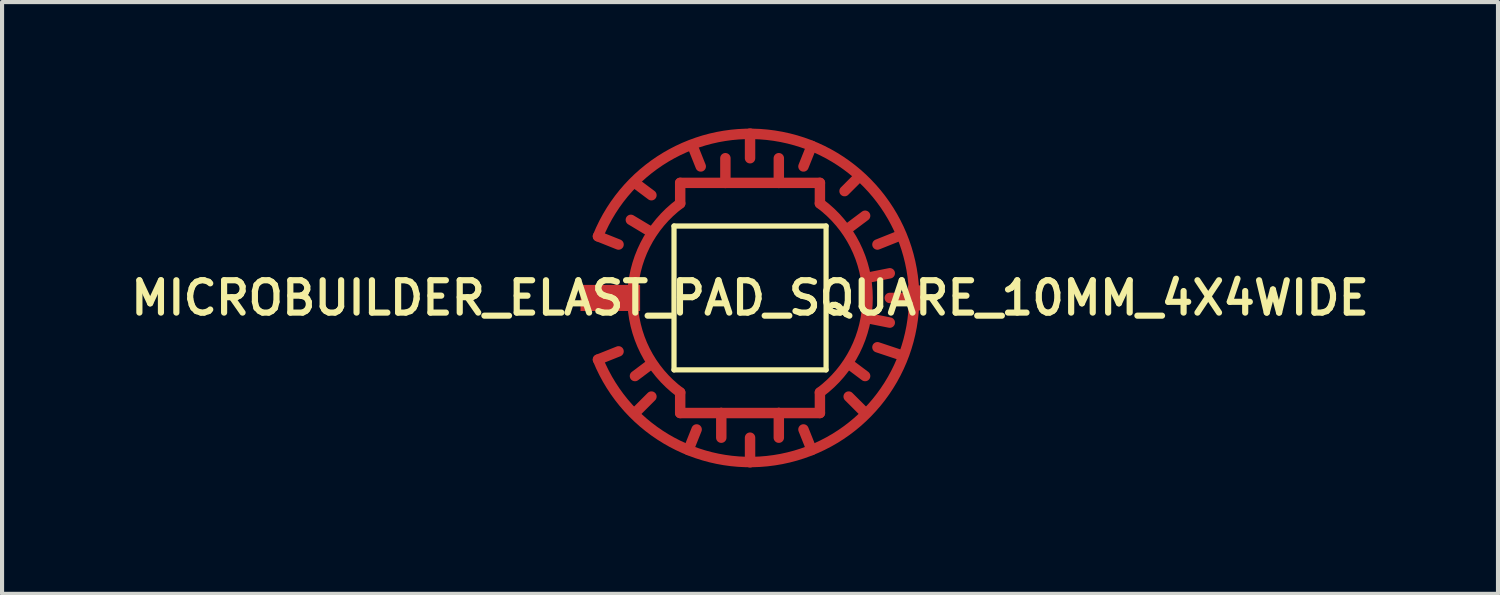
<source format=kicad_pcb>
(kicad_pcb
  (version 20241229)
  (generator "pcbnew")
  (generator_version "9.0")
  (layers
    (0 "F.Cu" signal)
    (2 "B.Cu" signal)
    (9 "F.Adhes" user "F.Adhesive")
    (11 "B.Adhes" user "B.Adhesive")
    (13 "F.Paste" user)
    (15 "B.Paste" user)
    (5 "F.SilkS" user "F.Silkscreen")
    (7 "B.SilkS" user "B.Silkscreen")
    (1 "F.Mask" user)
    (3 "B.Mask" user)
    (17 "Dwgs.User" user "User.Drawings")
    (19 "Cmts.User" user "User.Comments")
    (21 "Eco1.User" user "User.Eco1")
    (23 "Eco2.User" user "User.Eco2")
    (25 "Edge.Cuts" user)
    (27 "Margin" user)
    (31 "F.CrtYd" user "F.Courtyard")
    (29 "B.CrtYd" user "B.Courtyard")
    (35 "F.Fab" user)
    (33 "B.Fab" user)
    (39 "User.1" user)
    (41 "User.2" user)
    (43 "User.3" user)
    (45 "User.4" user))
  (footprint "MICROBUILDER_ELAST_PAD_SQUARE_10MM_4X4WIDE"
    (layer "F.Cu")
    (at 15.201 4.2)
    (property "Reference" "MICROBUILDER_ELAST_PAD_SQUARE_10MM_4X4WIDE" (at 0 0 0) (layer "F.SilkS") (effects (font (size 0.787 0.787) (thickness 0.15))))
    (attr through_hole)
    (fp_line (start -3.7 -1.5) (end -3.2 -1.3) (stroke (width 0.254) (type solid)) (layer "F.Cu"))
    (fp_line (start -3.7 1.5) (end -3.2 1.3) (stroke (width 0.254) (type solid)) (layer "F.Cu"))
    (fp_line (start -2.8 -2.8) (end -2.4 -2.5) (stroke (width 0.254) (type solid)) (layer "F.Cu"))
    (fp_line (start -2.8 2.8) (end -2.4 2.4) (stroke (width 0.254) (type solid)) (layer "F.Cu"))
    (fp_line (start -2.4 -1.6) (end -2.9 -1.9) (stroke (width 0.254) (type solid)) (layer "F.Cu"))
    (fp_line (start -2.4 1.6) (end -2.8 1.9) (stroke (width 0.254) (type solid)) (layer "F.Cu"))
    (fp_line (start -1.7 -2.3) (end -1.7 -2.8) (stroke (width 0.254) (type solid)) (layer "F.Cu"))
    (fp_line (start -1.7 2.3) (end -1.7 2.8) (stroke (width 0.254) (type solid)) (layer "F.Cu"))
    (fp_line (start -1.5 3.7) (end -1.3 3.2) (stroke (width 0.254) (type solid)) (layer "F.Cu"))
    (fp_line (start -1.4 -3.7) (end -1.2 -3.2) (stroke (width 0.254) (type solid)) (layer "F.Cu"))
    (fp_line (start -0.7 2.8) (end -1.7 2.8) (stroke (width 0.254) (type solid)) (layer "F.Cu"))
    (fp_line (start -0.7 2.8) (end -0.7 3.4) (stroke (width 0.254) (type solid)) (layer "F.Cu"))
    (fp_line (start -0.6 -2.8) (end -1.7 -2.8) (stroke (width 0.254) (type solid)) (layer "F.Cu"))
    (fp_line (start -0.6 -2.8) (end -0.6 -3.4) (stroke (width 0.254) (type solid)) (layer "F.Cu"))
    (fp_line (start 0 -4) (end 0 -3.4) (stroke (width 0.254) (type solid)) (layer "F.Cu"))
    (fp_line (start 0 4) (end 0 3.4) (stroke (width 0.254) (type solid)) (layer "F.Cu"))
    (fp_line (start 0.7 -2.8) (end -0.6 -2.8) (stroke (width 0.254) (type solid)) (layer "F.Cu"))
    (fp_line (start 0.7 -2.8) (end 0.7 -3.4) (stroke (width 0.254) (type solid)) (layer "F.Cu"))
    (fp_line (start 0.7 2.8) (end -0.7 2.8) (stroke (width 0.254) (type solid)) (layer "F.Cu"))
    (fp_line (start 0.7 2.8) (end 0.7 3.4) (stroke (width 0.254) (type solid)) (layer "F.Cu"))
    (fp_line (start 1.5 -3.7) (end 1.3 -3.2) (stroke (width 0.254) (type solid)) (layer "F.Cu"))
    (fp_line (start 1.5 3.7) (end 1.3 3.2) (stroke (width 0.254) (type solid)) (layer "F.Cu"))
    (fp_line (start 1.7 -2.8) (end 0.7 -2.8) (stroke (width 0.254) (type solid)) (layer "F.Cu"))
    (fp_line (start 1.7 -2.3) (end 1.7 -2.8) (stroke (width 0.254) (type solid)) (layer "F.Cu"))
    (fp_line (start 1.7 2.3) (end 1.7 2.8) (stroke (width 0.254) (type solid)) (layer "F.Cu"))
    (fp_line (start 1.7 2.8) (end 0.7 2.8) (stroke (width 0.254) (type solid)) (layer "F.Cu"))
    (fp_line (start 2.4 -1.7) (end 2.8 -2) (stroke (width 0.254) (type solid)) (layer "F.Cu"))
    (fp_line (start 2.4 1.6) (end 2.8 1.9) (stroke (width 0.254) (type solid)) (layer "F.Cu"))
    (fp_line (start 2.6 -2.9) (end 2.3 -2.6) (stroke (width 0.254) (type solid)) (layer "F.Cu"))
    (fp_line (start 2.8 2.8) (end 2.4 2.4) (stroke (width 0.254) (type solid)) (layer "F.Cu"))
    (fp_line (start 2.9 -0.5) (end 3.4 -0.6) (stroke (width 0.254) (type solid)) (layer "F.Cu"))
    (fp_line (start 2.9 0.5) (end 3.4 0.6) (stroke (width 0.254) (type solid)) (layer "F.Cu"))
    (fp_line (start 3.6 -1.5) (end 3.1 -1.3) (stroke (width 0.254) (type solid)) (layer "F.Cu"))
    (fp_line (start 3.7 1.4) (end 3.1 1.2) (stroke (width 0.254) (type solid)) (layer "F.Cu"))
    (fp_line (start 4 0) (end 3.4 0) (stroke (width 0.254) (type solid)) (layer "F.Cu"))
    (fp_arc (start -3.7 -1.5) (mid 3.992456 0) (end -3.7 1.5) (stroke (width 0.254) (type solid)) (layer "F.Cu"))
    (fp_arc (start -1.7 2.3) (mid -2.860076 0) (end -1.700001 -2.3) (stroke (width 0.254) (type solid)) (layer "F.Cu"))
    (fp_arc (start 1.7 -2.3) (mid 2.860076 0) (end 1.700001 2.3) (stroke (width 0.254) (type solid)) (layer "F.Cu"))
    (fp_circle (center 0 0) (end 3.421 0) (stroke (width 1.4) (type solid)) (fill no) (layer "F.Mask"))
    (fp_line (start -1.85 -1.75) (end -1.85 1.75) (stroke (width 0.127) (type solid)) (layer "F.SilkS"))
    (fp_line (start -1.85 1.75) (end 1.85 1.75) (stroke (width 0.127) (type solid)) (layer "F.SilkS"))
    (fp_line (start 1.85 -1.75) (end -1.85 -1.75) (stroke (width 0.127) (type solid)) (layer "F.SilkS"))
    (fp_line (start 1.85 1.75) (end 1.85 -1.75) (stroke (width 0.127) (type solid)) (layer "F.SilkS"))
    (pad "P$1" smd rect (at -3.4 0) (size 1.45 0.635) (layers "F.Cu" "F.Mask"))
    (pad "P$2" smd rect (at 4 0 90) (size 0.61 0.305) (layers "F.Cu" "F.Mask"))
    (zone (net_name "") (layer "F.Cu") (hatch full 0.508) (connect_pads) (min_thickness 1.5) (filled_areas_thickness no) (keepout (tracks not_allowed) (vias not_allowed) (pads not_allowed) (copperpour not_allowed) (footprints allowed)) (placement (enabled no)) (fill) (polygon (pts (xy 19.401 4.2) (xy 19.38 4.612) (xy 19.32 5.019) (xy 19.22 5.419) (xy 19.081 5.807) (xy 18.905 6.18) (xy 18.693 6.533) (xy 18.447 6.864) (xy 18.17 7.17) (xy 17.865 7.447) (xy 17.534 7.692) (xy 17.181 7.904) (xy 16.808 8.08) (xy 16.42 8.219) (xy 16.02 8.319) (xy 15.612 8.38) (xy 15.201 8.4) (xy 14.789 8.38) (xy 14.381 8.319) (xy 13.981 8.219) (xy 13.593 8.08) (xy 13.221 7.904) (xy 12.867 7.692) (xy 12.536 7.447) (xy 12.231 7.17) (xy 11.954 6.864) (xy 11.708 6.533) (xy 11.497 6.18) (xy 11.32 5.807) (xy 11.181 5.419) (xy 11.081 5.019) (xy 11.021 4.612) (xy 11.001 4.2) (xy 11.021 3.788) (xy 11.081 3.381) (xy 11.181 2.981) (xy 11.32 2.593) (xy 11.497 2.22) (xy 11.708 1.867) (xy 11.954 1.536) (xy 12.231 1.23) (xy 12.536 0.953) (xy 12.867 0.708) (xy 13.221 0.496) (xy 13.593 0.32) (xy 13.981 0.181) (xy 14.381 0.081) (xy 14.789 0.02) (xy 15.201 0) (xy 15.612 0.02) (xy 16.02 0.081) (xy 16.42 0.181) (xy 16.808 0.32) (xy 17.181 0.496) (xy 17.534 0.708) (xy 17.865 0.953) (xy 18.17 1.23) (xy 18.447 1.536) (xy 18.693 1.867) (xy 18.905 2.22) (xy 19.081 2.593) (xy 19.22 2.981) (xy 19.32 3.381) (xy 19.38 3.788)))))
  (gr_rect
    (start -3 -3)
    (end 33.401 11.4)
    (stroke (width 0.1) (type default))
    (fill no)
    (layer "Edge.Cuts")))
</source>
